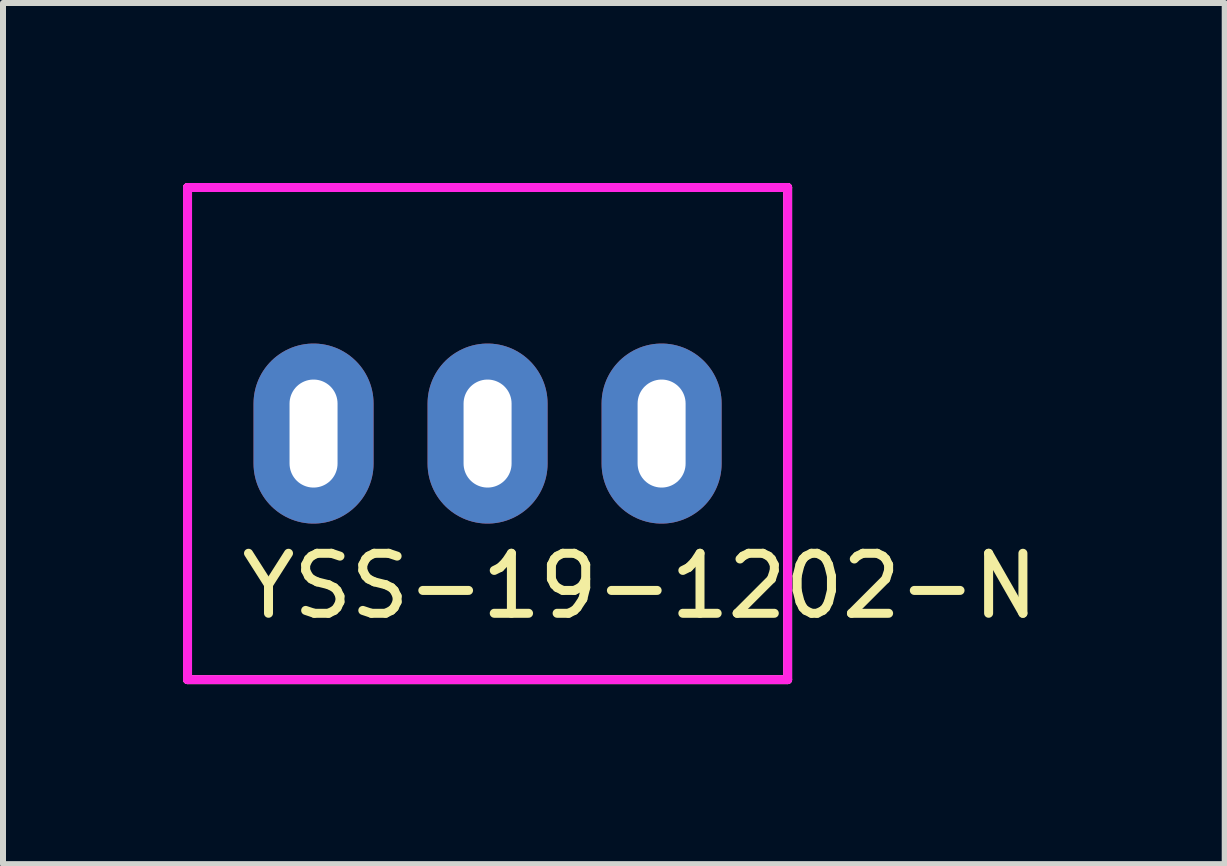
<source format=kicad_pcb>
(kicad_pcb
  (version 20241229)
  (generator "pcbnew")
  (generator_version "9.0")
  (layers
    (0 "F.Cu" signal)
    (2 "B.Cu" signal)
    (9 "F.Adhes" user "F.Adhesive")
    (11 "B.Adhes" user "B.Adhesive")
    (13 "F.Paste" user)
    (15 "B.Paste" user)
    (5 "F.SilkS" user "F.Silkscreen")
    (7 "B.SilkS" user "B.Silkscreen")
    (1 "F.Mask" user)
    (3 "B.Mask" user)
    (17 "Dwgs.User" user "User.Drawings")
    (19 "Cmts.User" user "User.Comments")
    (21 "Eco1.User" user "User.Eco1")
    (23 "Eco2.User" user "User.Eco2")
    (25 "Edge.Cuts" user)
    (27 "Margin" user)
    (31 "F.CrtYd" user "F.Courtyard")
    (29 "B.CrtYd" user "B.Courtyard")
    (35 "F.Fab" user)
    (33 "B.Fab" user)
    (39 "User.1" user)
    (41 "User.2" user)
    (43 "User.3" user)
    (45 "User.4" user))
  (footprint "YSS-19-1202-N"
    (layer "F.Cu")
    (at 5.075 4.175)
    (property "Reference" "YSS-19-1202-N" (at 2.54 2.54 0) (layer "F.SilkS") (effects (font (size 1 1) (thickness 0.15))))
    (attr through_hole)
    (fp_line (start -5 -4.1) (end 5 -4.1) (stroke (width 0.15) (type solid)) (layer "F.SilkS"))
    (fp_line (start -5 4.1) (end -5 -4.1) (stroke (width 0.15) (type solid)) (layer "F.SilkS"))
    (fp_line (start -5 4.1) (end 5 4.1) (stroke (width 0.15) (type solid)) (layer "F.SilkS"))
    (fp_line (start 5 4.1) (end 5 -4.1) (stroke (width 0.15) (type solid)) (layer "F.SilkS"))
    (fp_line (start -5 -4.1) (end 5 -4.1) (stroke (width 0.15) (type solid)) (layer "F.CrtYd"))
    (fp_line (start -5 4.1) (end -5 -4.1) (stroke (width 0.15) (type solid)) (layer "F.CrtYd"))
    (fp_line (start 5 -4.1) (end 5 4.1) (stroke (width 0.15) (type solid)) (layer "F.CrtYd"))
    (fp_line (start 5 4.1) (end -5 4.1) (stroke (width 0.15) (type solid)) (layer "F.CrtYd"))
    (pad "1" thru_hole oval (at -2.9 0) (size 2 3) (drill oval 0.8 1.8) (layers "*.Cu" "*.Mask"))
    (pad "2" thru_hole oval (at 0 0) (size 2 3) (drill oval 0.8 1.8) (layers "*.Cu" "*.Mask"))
    (pad "3" thru_hole oval (at 2.9 0) (size 2 3) (drill oval 0.8 1.8) (layers "*.Cu" "*.Mask")))
  (gr_rect
    (start -3 -3)
    (end 17.359 11.35)
    (stroke (width 0.1) (type default))
    (fill no)
    (layer "Edge.Cuts")))
</source>
